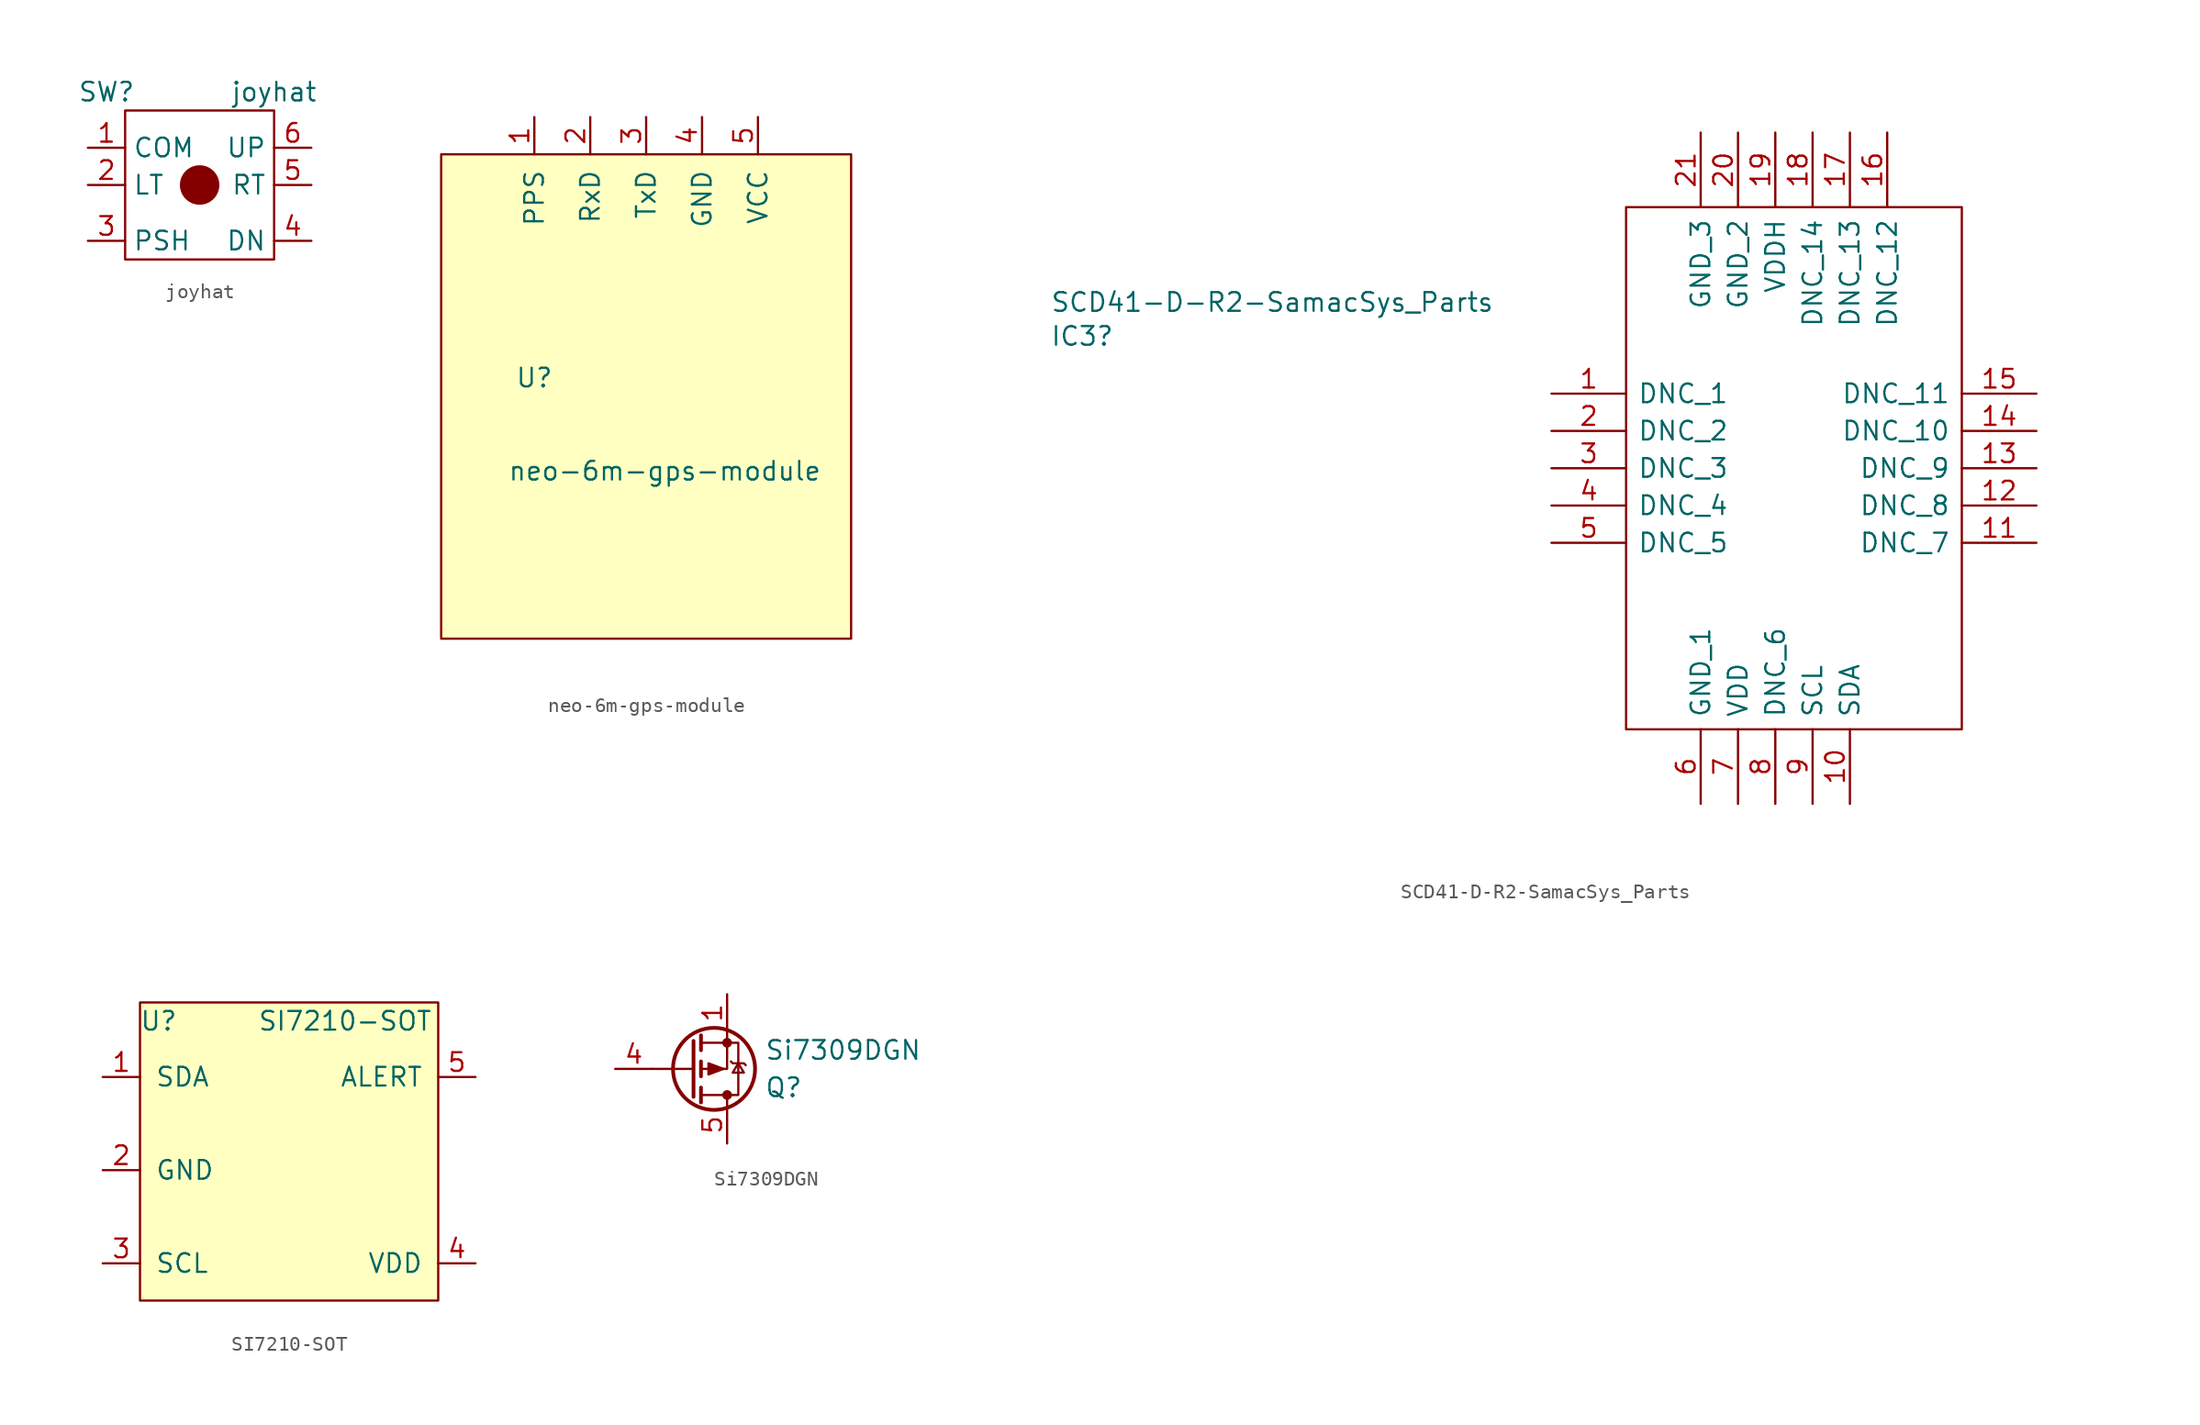
<source format=kicad_sym>
(kicad_symbol_lib
  (version 20231120)
  (generator "kicad_symbol_editor")
  (generator_version "8.0")
  (symbol "joyhat"
    (property "Reference" "SW"
      (at -6.35 6.35 0)
      (effects (font (size 1.27 1.27))))
    (property "Value" "joyhat"
      (at 5.08 6.35 0)
      (effects (font (size 1.27 1.27))))
    (symbol "joyhat_0_1"
      (rectangle (start -5.08 -5.08) (end 5.08 5.08) (stroke (width 0) (type default)) (fill (type none)))
      (circle (center 0 0) (radius 1.27) (stroke (width 0.152) (type default)) (fill (type outline))))
    (symbol "joyhat_1_1"
      (pin output line (at -7.62 2.54 0) (length 2.54) (name "COM" (effects (font (size 1.27 1.27)))) (number "1" (effects (font (size 1.27 1.27)))))
      (pin output line (at -7.62 0 0) (length 2.54) (name "LT" (effects (font (size 1.27 1.27)))) (number "2" (effects (font (size 1.27 1.27)))))
      (pin output line (at -7.62 -3.81 0) (length 2.54) (name "PSH" (effects (font (size 1.27 1.27)))) (number "3" (effects (font (size 1.27 1.27)))))
      (pin output line (at 7.62 -3.81 180) (length 2.54) (name "DN" (effects (font (size 1.27 1.27)))) (number "4" (effects (font (size 1.27 1.27)))))
      (pin output line (at 7.62 0 180) (length 2.54) (name "RT" (effects (font (size 1.27 1.27)))) (number "5" (effects (font (size 1.27 1.27)))))
      (pin output line (at 7.62 2.54 180) (length 2.54) (name "UP" (effects (font (size 1.27 1.27)))) (number "6" (effects (font (size 1.27 1.27)))))))
  (symbol "neo-6m-gps-module"
    (pin_names
      (offset 1.016))
    (property "Reference" "U"
      (at -7.62 0 0)
      (effects (font (size 1.27 1.27))))
    (property "Value" "neo-6m-gps-module"
      (at 1.27 -6.35 0)
      (effects (font (size 1.27 1.27))))
    (symbol "neo-6m-gps-module_0_1"
      (rectangle (start -13.97 15.24) (end 13.97 -17.78) (stroke (width 0) (type default)) (fill (type background))))
    (symbol "neo-6m-gps-module_1_1"
      (pin output line (at -7.62 17.78 270) (length 2.54) (name "PPS" (effects (font (size 1.27 1.27)))) (number "1" (effects (font (size 1.27 1.27)))))
      (pin output line (at -3.81 17.78 270) (length 2.54) (name "RxD" (effects (font (size 1.27 1.27)))) (number "2" (effects (font (size 1.27 1.27)))))
      (pin output line (at 0 17.78 270) (length 2.54) (name "TxD" (effects (font (size 1.27 1.27)))) (number "3" (effects (font (size 1.27 1.27)))))
      (pin power_in line (at 3.81 17.78 270) (length 2.54) (name "GND" (effects (font (size 1.27 1.27)))) (number "4" (effects (font (size 1.27 1.27)))))
      (pin power_in line (at 7.62 17.78 270) (length 2.54) (name "VCC" (effects (font (size 1.27 1.27)))) (number "5" (effects (font (size 1.27 1.27)))))))
  (symbol "SCD41-D-R2-SamacSys_Parts"
    (pin_names
      (offset 0.762))
    (property "Reference" "IC3"
      (at -34.138 3.912 0)
      (effects (font (size 1.27 1.27)) (justify left)))
    (property "Value" "SCD41-D-R2-SamacSys_Parts"
      (at -34.138 6.223 0)
      (effects (font (size 1.27 1.27)) (justify left)))
    (symbol "SCD41-D-R2-SamacSys_Parts_0_0"
      (pin passive line (at 0 0 0) (length 5.08) (name "DNC_1" (effects (font (size 1.27 1.27)))) (number "1" (effects (font (size 1.27 1.27)))))
      (pin passive line (at 20.32 -27.94 90) (length 5.08) (name "SDA" (effects (font (size 1.27 1.27)))) (number "10" (effects (font (size 1.27 1.27)))))
      (pin passive line (at 33.02 -10.16 180) (length 5.08) (name "DNC_7" (effects (font (size 1.27 1.27)))) (number "11" (effects (font (size 1.27 1.27)))))
      (pin passive line (at 33.02 -7.62 180) (length 5.08) (name "DNC_8" (effects (font (size 1.27 1.27)))) (number "12" (effects (font (size 1.27 1.27)))))
      (pin passive line (at 33.02 -5.08 180) (length 5.08) (name "DNC_9" (effects (font (size 1.27 1.27)))) (number "13" (effects (font (size 1.27 1.27)))))
      (pin passive line (at 33.02 -2.54 180) (length 5.08) (name "DNC_10" (effects (font (size 1.27 1.27)))) (number "14" (effects (font (size 1.27 1.27)))))
      (pin passive line (at 33.02 0 180) (length 5.08) (name "DNC_11" (effects (font (size 1.27 1.27)))) (number "15" (effects (font (size 1.27 1.27)))))
      (pin passive line (at 22.86 17.78 270) (length 5.08) (name "DNC_12" (effects (font (size 1.27 1.27)))) (number "16" (effects (font (size 1.27 1.27)))))
      (pin passive line (at 20.32 17.78 270) (length 5.08) (name "DNC_13" (effects (font (size 1.27 1.27)))) (number "17" (effects (font (size 1.27 1.27)))))
      (pin passive line (at 17.78 17.78 270) (length 5.08) (name "DNC_14" (effects (font (size 1.27 1.27)))) (number "18" (effects (font (size 1.27 1.27)))))
      (pin passive line (at 15.24 17.78 270) (length 5.08) (name "VDDH" (effects (font (size 1.27 1.27)))) (number "19" (effects (font (size 1.27 1.27)))))
      (pin passive line (at 0 -2.54 0) (length 5.08) (name "DNC_2" (effects (font (size 1.27 1.27)))) (number "2" (effects (font (size 1.27 1.27)))))
      (pin passive line (at 12.7 17.78 270) (length 5.08) (name "GND_2" (effects (font (size 1.27 1.27)))) (number "20" (effects (font (size 1.27 1.27)))))
      (pin passive line (at 10.16 17.78 270) (length 5.08) (name "GND_3" (effects (font (size 1.27 1.27)))) (number "21" (effects (font (size 1.27 1.27)))))
      (pin passive line (at 0 -5.08 0) (length 5.08) (name "DNC_3" (effects (font (size 1.27 1.27)))) (number "3" (effects (font (size 1.27 1.27)))))
      (pin passive line (at 0 -7.62 0) (length 5.08) (name "DNC_4" (effects (font (size 1.27 1.27)))) (number "4" (effects (font (size 1.27 1.27)))))
      (pin passive line (at 0 -10.16 0) (length 5.08) (name "DNC_5" (effects (font (size 1.27 1.27)))) (number "5" (effects (font (size 1.27 1.27)))))
      (pin passive line (at 10.16 -27.94 90) (length 5.08) (name "GND_1" (effects (font (size 1.27 1.27)))) (number "6" (effects (font (size 1.27 1.27)))))
      (pin passive line (at 12.7 -27.94 90) (length 5.08) (name "VDD" (effects (font (size 1.27 1.27)))) (number "7" (effects (font (size 1.27 1.27)))))
      (pin passive line (at 15.24 -27.94 90) (length 5.08) (name "DNC_6" (effects (font (size 1.27 1.27)))) (number "8" (effects (font (size 1.27 1.27)))))
      (pin passive line (at 17.78 -27.94 90) (length 5.08) (name "SCL" (effects (font (size 1.27 1.27)))) (number "9" (effects (font (size 1.27 1.27))))))
    (symbol "SCD41-D-R2-SamacSys_Parts_0_1"
      (polyline (pts (xy 5.08 12.7) (xy 27.94 12.7) (xy 27.94 -22.86) (xy 5.08 -22.86) (xy 5.08 12.7)) (stroke (width 0.152) (type default)) (fill (type none)))))
  (symbol "SI7210-SOT"
    (pin_names
      (offset 1.016))
    (property "Reference" "U"
      (at -8.89 8.89 0)
      (effects (font (size 1.27 1.27))))
    (property "Value" "SI7210-SOT"
      (at 3.81 8.89 0)
      (effects (font (size 1.27 1.27))))
    (symbol "SI7210-SOT_0_1"
      (rectangle (start -10.16 10.16) (end 10.16 -10.16) (stroke (width 0) (type default)) (fill (type background))))
    (symbol "SI7210-SOT_1_1"
      (pin open_collector line (at -12.7 5.08 0) (length 2.54) (name "SDA" (effects (font (size 1.27 1.27)))) (number "1" (effects (font (size 1.27 1.27)))))
      (pin power_in line (at -12.7 -1.27 0) (length 2.54) (name "GND" (effects (font (size 1.27 1.27)))) (number "2" (effects (font (size 1.27 1.27)))))
      (pin open_collector line (at -12.7 -7.62 0) (length 2.54) (name "SCL" (effects (font (size 1.27 1.27)))) (number "3" (effects (font (size 1.27 1.27)))))
      (pin power_in line (at 12.7 -7.62 180) (length 2.54) (name "VDD" (effects (font (size 1.27 1.27)))) (number "4" (effects (font (size 1.27 1.27)))))
      (pin output line (at 12.7 5.08 180) (length 2.54) (name "ALERT" (effects (font (size 1.27 1.27)))) (number "5" (effects (font (size 1.27 1.27)))))))
  (symbol "Si7309DGN"
    (pin_names
      (offset 0) hide)
    (property "Reference" "Q"
      (at 5.08 -1.27 0)
      (effects (font (size 1.27 1.27)) (justify left)))
    (property "Value" "Si7309DGN"
      (at 5.08 1.27 0)
      (effects (font (size 1.27 1.27)) (justify left)))
    (symbol "Si7309DGN_0_1"
      (polyline (pts (xy 0.254 -1.905) (xy 0.254 1.905)) (stroke (width 0.254) (type default)) (fill (type none)))
      (polyline (pts (xy 0.254 0) (xy -2.54 0)) (stroke (width 0) (type default)) (fill (type none)))
      (polyline (pts (xy 0.762 -2.286) (xy 0.762 -1.27)) (stroke (width 0.254) (type default)) (fill (type none)))
      (polyline (pts (xy 0.762 -0.508) (xy 0.762 0.508)) (stroke (width 0.254) (type default)) (fill (type none)))
      (polyline (pts (xy 0.762 1.27) (xy 0.762 2.286)) (stroke (width 0.254) (type default)) (fill (type none)))
      (polyline (pts (xy 2.54 -2.54) (xy 2.54 -1.778)) (stroke (width 0) (type default)) (fill (type none)))
      (polyline (pts (xy 2.54 2.54) (xy 2.54 0) (xy 0.762 0)) (stroke (width 0) (type default)) (fill (type none)))
      (polyline (pts (xy 0.762 -1.778) (xy 3.302 -1.778) (xy 3.302 1.778) (xy 0.762 1.778)) (stroke (width 0) (type default)) (fill (type none)))
      (polyline (pts (xy 2.286 0) (xy 1.27 -0.381) (xy 1.27 0.381) (xy 2.286 0)) (stroke (width 0) (type default)) (fill (type outline)))
      (polyline (pts (xy 2.794 0.508) (xy 2.921 0.381) (xy 3.683 0.381) (xy 3.81 0.254)) (stroke (width 0) (type default)) (fill (type none)))
      (polyline (pts (xy 3.302 0.381) (xy 2.921 -0.254) (xy 3.683 -0.254) (xy 3.302 0.381)) (stroke (width 0) (type default)) (fill (type none)))
      (circle (center 1.651 0) (radius 2.794) (stroke (width 0.254) (type default)) (fill (type none)))
      (circle (center 2.54 -1.778) (radius 0.254) (stroke (width 0) (type default)) (fill (type outline)))
      (circle (center 2.54 1.778) (radius 0.254) (stroke (width 0) (type default)) (fill (type outline))))
    (symbol "Si7309DGN_1_1"
      (pin passive line (at 2.54 5.08 270) (length 2.54) (name "S" (effects (font (size 1.27 1.27)))) (number "1" (effects (font (size 1.27 1.27)))))
      (pin input line (at -5.08 0 0) (length 2.54) (name "G" (effects (font (size 1.27 1.27)))) (number "4" (effects (font (size 1.27 1.27)))))
      (pin passive line (at 2.54 -5.08 90) (length 2.54) (name "D" (effects (font (size 1.27 1.27)))) (number "5" (effects (font (size 1.27 1.27))))))))
</source>
